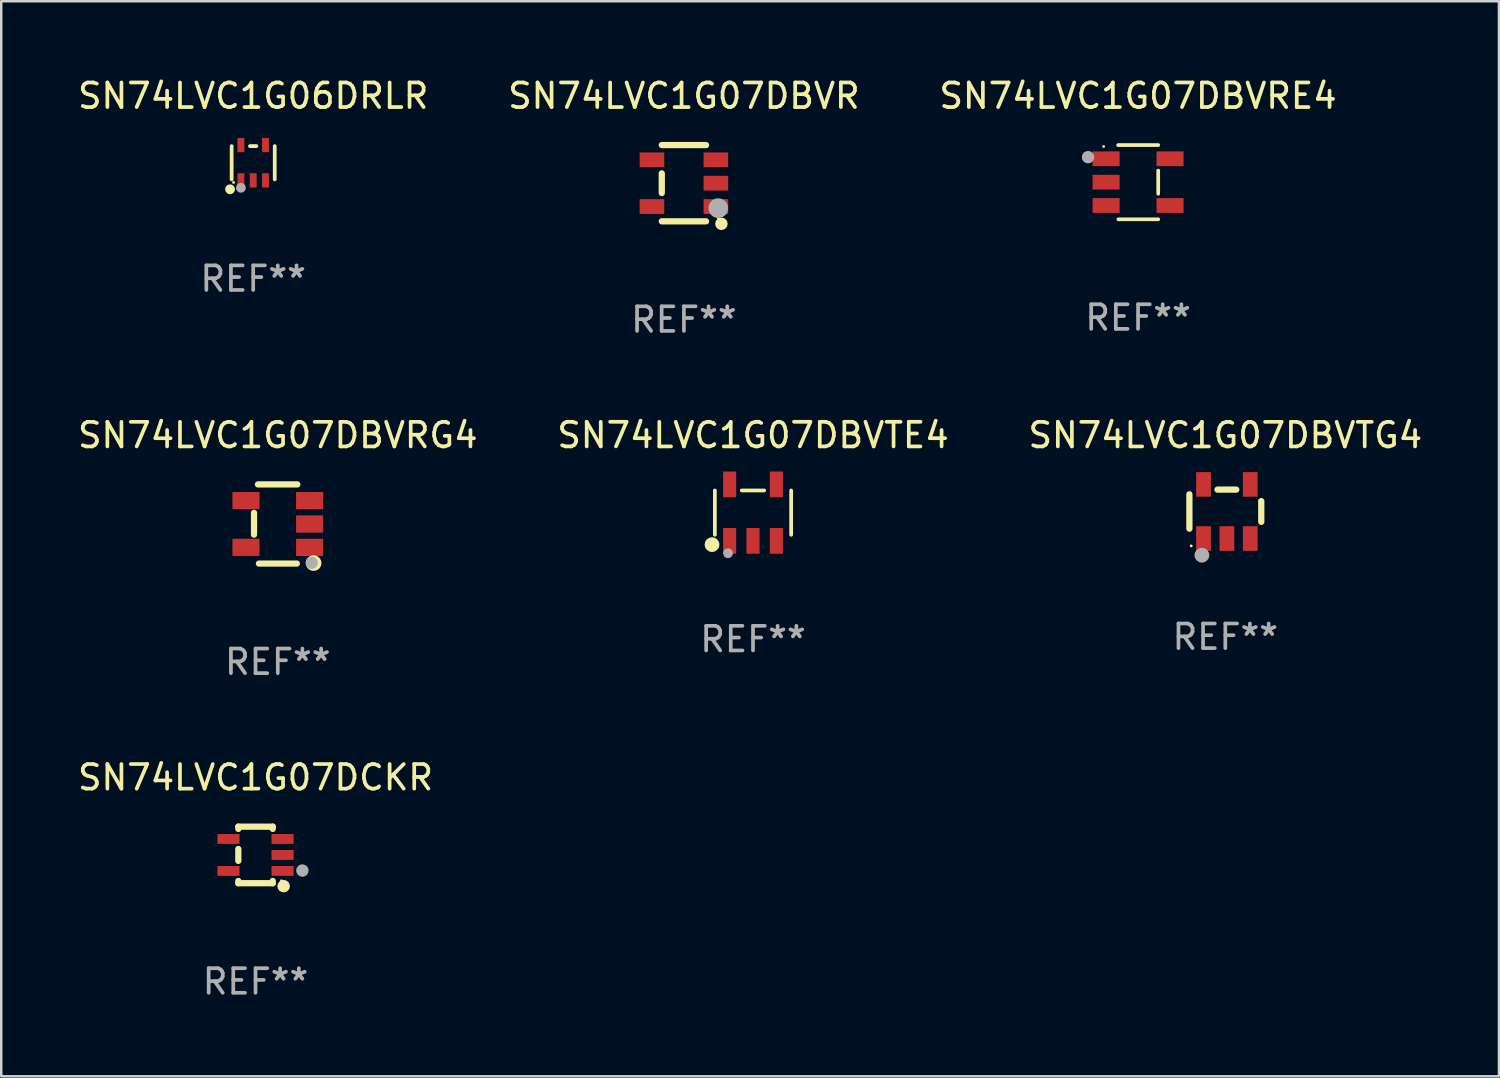
<source format=kicad_pcb>
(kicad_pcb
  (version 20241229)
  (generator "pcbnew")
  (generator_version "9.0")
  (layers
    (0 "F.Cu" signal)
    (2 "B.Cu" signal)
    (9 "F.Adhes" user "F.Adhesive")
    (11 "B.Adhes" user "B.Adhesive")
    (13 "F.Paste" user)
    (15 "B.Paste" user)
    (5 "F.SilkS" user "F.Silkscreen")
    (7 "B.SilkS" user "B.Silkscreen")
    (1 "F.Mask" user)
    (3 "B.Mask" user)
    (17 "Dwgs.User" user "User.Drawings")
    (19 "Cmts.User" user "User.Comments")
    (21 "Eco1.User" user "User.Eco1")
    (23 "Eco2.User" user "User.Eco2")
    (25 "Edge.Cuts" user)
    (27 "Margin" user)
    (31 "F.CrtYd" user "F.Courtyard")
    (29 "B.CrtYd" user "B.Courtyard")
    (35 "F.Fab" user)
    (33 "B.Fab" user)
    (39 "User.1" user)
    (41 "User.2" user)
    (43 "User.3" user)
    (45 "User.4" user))
  (footprint "SN74LVC1G07DBVTE4"
    (layer "F.Cu")
    (at 27.565 17.792)
    (property "Reference" "SN74LVC1G07DBVTE4" (at 0 -3.148 0) (layer "F.SilkS") (effects (font (size 1 1) (thickness 0.15))))
    (attr through_hole)
    (fp_line (start -1.551 0.901) (end -1.551 -0.901) (stroke (width 0.152) (type solid)) (layer "F.SilkS"))
    (fp_line (start 0.455 -0.901) (end -0.455 -0.901) (stroke (width 0.152) (type solid)) (layer "F.SilkS"))
    (fp_line (start 1.551 0.901) (end 1.551 -0.901) (stroke (width 0.152) (type solid)) (layer "F.SilkS"))
    (fp_circle (center -1.668 1.3) (end -1.518 1.3) (stroke (width 0.3) (type solid)) (fill no) (layer "F.SilkS"))
    (fp_circle (center -1.45 1.4) (end -1.42 1.4) (stroke (width 0.06) (type solid)) (fill no) (layer "F.SilkS"))
    (fp_circle (center -1.016 1.651) (end -0.916 1.651) (stroke (width 0.2) (type solid)) (fill no) (layer "F.Fab"))
    (fp_text user "REF**" (at 0 5.148 0) (layer "F.Fab") (effects (font (size 1 1) (thickness 0.15))))
    (pad "1" smd rect (at -0.95 1.148) (size 0.532 1.045) (layers "F.Cu" "F.Mask" "F.Paste"))
    (pad "2" smd rect (at 0 1.148) (size 0.532 1.045) (layers "F.Cu" "F.Mask" "F.Paste"))
    (pad "3" smd rect (at 0.95 1.148) (size 0.532 1.045) (layers "F.Cu" "F.Mask" "F.Paste"))
    (pad "4" smd rect (at 0.95 -1.148) (size 0.532 1.045) (layers "F.Cu" "F.Mask" "F.Paste"))
    (pad "5" smd rect (at -0.95 -1.148) (size 0.532 1.045) (layers "F.Cu" "F.Mask" "F.Paste")))
  (footprint "SN74LVC1G07DBVTG4"
    (layer "F.Cu")
    (at 46.768 17.745)
    (property "Reference" "SN74LVC1G07DBVTG4" (at 0 -3.1 0) (layer "F.SilkS") (effects (font (size 1 1) (thickness 0.15))))
    (attr through_hole)
    (fp_line (start -1.461 -0.699) (end -1.461 0.699) (stroke (width 0.254) (type solid)) (layer "F.SilkS"))
    (fp_line (start -0.318 -0.889) (end 0.445 -0.889) (stroke (width 0.254) (type solid)) (layer "F.SilkS"))
    (fp_line (start 1.461 -0.422) (end 1.461 0.422) (stroke (width 0.254) (type solid)) (layer "F.SilkS"))
    (fp_circle (center -1.387 1.4) (end -1.357 1.4) (stroke (width 0.06) (type solid)) (fill no) (layer "F.SilkS"))
    (fp_circle (center -0.953 1.778) (end -0.802 1.778) (stroke (width 0.3) (type solid)) (fill no) (layer "F.Fab"))
    (fp_text user "REF**" (at 0 5.1 0) (layer "F.Fab") (effects (font (size 1 1) (thickness 0.15))))
    (pad "1" smd rect (at -0.886 1.1) (size 0.6 1) (layers "F.Cu" "F.Mask" "F.Paste"))
    (pad "2" smd rect (at 0.064 1.1) (size 0.6 1) (layers "F.Cu" "F.Mask" "F.Paste"))
    (pad "3" smd rect (at 1.013 1.1) (size 0.6 1) (layers "F.Cu" "F.Mask" "F.Paste"))
    (pad "4" smd rect (at 1.013 -1.1) (size 0.6 1) (layers "F.Cu" "F.Mask" "F.Paste"))
    (pad "5" smd rect (at -0.886 -1.1) (size 0.6 1) (layers "F.Cu" "F.Mask" "F.Paste")))
  (footprint "SN74LVC1G07DCKR"
    (layer "F.Cu")
    (at 7.339 31.709)
    (property "Reference" "SN74LVC1G07DCKR" (at 0 -3.15 0) (layer "F.SilkS") (effects (font (size 1 1) (thickness 0.15))))
    (attr through_hole)
    (fp_line (start -0.7 -1.15) (end 0.7 -1.15) (stroke (width 0.254) (type solid)) (layer "F.SilkS"))
    (fp_line (start -0.7 -1.058) (end -0.7 -1.15) (stroke (width 0.254) (type solid)) (layer "F.SilkS"))
    (fp_line (start -0.7 0.242) (end -0.7 -0.242) (stroke (width 0.254) (type solid)) (layer "F.SilkS"))
    (fp_line (start -0.7 1.15) (end -0.7 1.058) (stroke (width 0.254) (type solid)) (layer "F.SilkS"))
    (fp_line (start -0.7 1.15) (end 0.7 1.15) (stroke (width 0.254) (type solid)) (layer "F.SilkS"))
    (fp_line (start 0.7 -1.058) (end 0.7 -1.15) (stroke (width 0.254) (type solid)) (layer "F.SilkS"))
    (fp_line (start 0.7 1.15) (end 0.7 1.058) (stroke (width 0.254) (type solid)) (layer "F.SilkS"))
    (fp_circle (center 1.053 1.052) (end 1.083 1.052) (stroke (width 0.06) (type solid)) (fill no) (layer "F.SilkS"))
    (fp_circle (center 1.143 1.27) (end 1.27 1.27) (stroke (width 0.254) (type solid)) (fill no) (layer "F.SilkS"))
    (fp_circle (center 1.905 0.635) (end 2.032 0.635) (stroke (width 0.254) (type solid)) (fill no) (layer "F.Fab"))
    (fp_text user "REF**" (at 0 5.15 0) (layer "F.Fab") (effects (font (size 1 1) (thickness 0.15))))
    (pad "1" smd rect (at 1.1 0.65 90) (size 0.4 0.9) (layers "F.Cu" "F.Mask" "F.Paste"))
    (pad "2" smd rect (at 1.1 0.000076 90) (size 0.4 0.9) (layers "F.Cu" "F.Mask" "F.Paste"))
    (pad "3" smd rect (at 1.1 -0.65 90) (size 0.4 0.9) (layers "F.Cu" "F.Mask" "F.Paste"))
    (pad "4" smd rect (at -1.1 -0.65 90) (size 0.4 0.9) (layers "F.Cu" "F.Mask" "F.Paste"))
    (pad "5" smd rect (at -1.1 0.65 90) (size 0.4 0.9) (layers "F.Cu" "F.Mask" "F.Paste")))
  (footprint "SN74LVC1G06DRLR"
    (layer "F.Cu")
    (at 7.244 3.566)
    (property "Reference" "SN74LVC1G06DRLR" (at 0 -2.718 0) (layer "F.SilkS") (effects (font (size 1 1) (thickness 0.15))))
    (attr through_hole)
    (fp_line (start -0.876 0.676) (end -0.876 -0.676) (stroke (width 0.152) (type solid)) (layer "F.SilkS"))
    (fp_line (start 0.131 -0.676) (end -0.131 -0.676) (stroke (width 0.152) (type solid)) (layer "F.SilkS"))
    (fp_line (start 0.876 0.676) (end 0.876 -0.676) (stroke (width 0.152) (type solid)) (layer "F.SilkS"))
    (fp_circle (center -0.94 1.08) (end -0.84 1.08) (stroke (width 0.2) (type solid)) (fill no) (layer "F.SilkS"))
    (fp_circle (center -0.8 0.8) (end -0.77 0.8) (stroke (width 0.06) (type solid)) (fill no) (layer "F.SilkS"))
    (fp_circle (center -0.5 1.02) (end -0.4 1.02) (stroke (width 0.2) (type solid)) (fill no) (layer "F.Fab"))
    (fp_text user "REF**" (at 0 4.718 0) (layer "F.Fab") (effects (font (size 1 1) (thickness 0.15))))
    (pad "1" smd rect (at -0.5 0.718) (size 0.28 0.58) (layers "F.Cu" "F.Mask" "F.Paste"))
    (pad "2" smd rect (at -0.000102 0.718) (size 0.28 0.58) (layers "F.Cu" "F.Mask" "F.Paste"))
    (pad "3" smd rect (at 0.5 0.718) (size 0.28 0.58) (layers "F.Cu" "F.Mask" "F.Paste"))
    (pad "4" smd rect (at 0.5 -0.718) (size 0.28 0.58) (layers "F.Cu" "F.Mask" "F.Paste"))
    (pad "5" smd rect (at -0.5 -0.718) (size 0.28 0.58) (layers "F.Cu" "F.Mask" "F.Paste")))
  (footprint "SN74LVC1G07DBVR"
    (layer "F.Cu")
    (at 24.756 4.398)
    (property "Reference" "SN74LVC1G07DBVR" (at 0 -3.55 0) (layer "F.SilkS") (effects (font (size 1 1) (thickness 0.15))))
    (attr through_hole)
    (fp_line (start -0.9 -1.55) (end 0.9 -1.55) (stroke (width 0.254) (type solid)) (layer "F.SilkS"))
    (fp_line (start -0.9 0.4) (end -0.9 -0.4) (stroke (width 0.254) (type solid)) (layer "F.SilkS"))
    (fp_line (start -0.9 1.55) (end 0.9 1.55) (stroke (width 0.254) (type solid)) (layer "F.SilkS"))
    (fp_circle (center 1.4 1.45) (end 1.43 1.45) (stroke (width 0.06) (type solid)) (fill no) (layer "F.SilkS"))
    (fp_circle (center 1.524 1.651) (end 1.651 1.651) (stroke (width 0.254) (type solid)) (fill no) (layer "F.SilkS"))
    (fp_circle (center 1.397 1.016) (end 1.597 1.016) (stroke (width 0.4) (type solid)) (fill no) (layer "F.Fab"))
    (fp_text user "REF**" (at 0 5.55 0) (layer "F.Fab") (effects (font (size 1 1) (thickness 0.15))))
    (pad "1" smd rect (at 1.3 0.95) (size 1 0.6) (layers "F.Cu" "F.Mask" "F.Paste"))
    (pad "2" smd rect (at 1.3 -0.000051) (size 1 0.6) (layers "F.Cu" "F.Mask" "F.Paste"))
    (pad "3" smd rect (at 1.3 -0.95) (size 1 0.6) (layers "F.Cu" "F.Mask" "F.Paste"))
    (pad "4" smd rect (at -1.3 -0.95) (size 1 0.6) (layers "F.Cu" "F.Mask" "F.Paste"))
    (pad "5" smd rect (at -1.3 0.95) (size 1 0.6) (layers "F.Cu" "F.Mask" "F.Paste")))
  (footprint "SN74LVC1G07DBVRG4"
    (layer "F.Cu")
    (at 8.244 18.254)
    (property "Reference" "SN74LVC1G07DBVRG4" (at 0 -3.609 0) (layer "F.SilkS") (effects (font (size 1 1) (thickness 0.15))))
    (attr through_hole)
    (fp_line (start -0.966 0.433) (end -0.966 -0.451) (stroke (width 0.254) (type solid)) (layer "F.SilkS"))
    (fp_line (start -0.806 -1.609) (end 0.794 -1.609) (stroke (width 0.254) (type solid)) (layer "F.SilkS"))
    (fp_line (start -0.766 1.609) (end 0.774 1.609) (stroke (width 0.254) (type solid)) (layer "F.SilkS"))
    (fp_circle (center 1.4 1.45) (end 1.43 1.45) (stroke (width 0.06) (type solid)) (fill no) (layer "F.SilkS"))
    (fp_circle (center 1.456 1.589) (end 1.52 1.589) (stroke (width 0.254) (type solid)) (fill no) (layer "F.SilkS"))
    (fp_circle (center 1.38 1.58) (end 1.505 1.58) (stroke (width 0.25) (type solid)) (fill no) (layer "F.Fab"))
    (fp_text user "REF**" (at 0 5.609 0) (layer "F.Fab") (effects (font (size 1 1) (thickness 0.15))))
    (pad "1" smd rect (at 1.294 0.951) (size 1.1 0.7) (layers "F.Cu" "F.Mask" "F.Paste"))
    (pad "2" smd rect (at 1.294 0.001) (size 1.1 0.7) (layers "F.Cu" "F.Mask" "F.Paste"))
    (pad "3" smd rect (at 1.294 -0.951) (size 1.1 0.7) (layers "F.Cu" "F.Mask" "F.Paste"))
    (pad "4" smd rect (at -1.294 -0.951 180) (size 1.1 0.7) (layers "F.Cu" "F.Mask" "F.Paste"))
    (pad "5" smd rect (at -1.294 0.949 180) (size 1.1 0.7) (layers "F.Cu" "F.Mask" "F.Paste")))
  (footprint "SN74LVC1G07DBVRE4"
    (layer "F.Cu")
    (at 43.22 4.357)
    (property "Reference" "SN74LVC1G07DBVRE4" (at 0 -3.509 0) (layer "F.SilkS") (effects (font (size 1 1) (thickness 0.15))))
    (attr through_hole)
    (fp_line (start -0.811 -1.509) (end 0.819 -1.509) (stroke (width 0.15) (type solid)) (layer "F.SilkS"))
    (fp_line (start -0.8 1.509) (end 0.82 1.509) (stroke (width 0.15) (type solid)) (layer "F.SilkS"))
    (fp_line (start 0.819 -0.472) (end 0.819 0.47) (stroke (width 0.15) (type solid)) (layer "F.SilkS"))
    (fp_circle (center -1.4 -1.451) (end -1.37 -1.451) (stroke (width 0.06) (type solid)) (fill no) (layer "F.SilkS"))
    (fp_circle (center -2.032 -1.017) (end -1.905 -1.017) (stroke (width 0.254) (type solid)) (fill no) (layer "F.Fab"))
    (fp_text user "REF**" (at 0 5.509 0) (layer "F.Fab") (effects (font (size 1 1) (thickness 0.15))))
    (pad "1" smd rect (at -1.3 -0.951) (size 1.1 0.6) (layers "F.Cu" "F.Mask" "F.Paste"))
    (pad "2" smd rect (at -1.3 -0.001) (size 1.1 0.6) (layers "F.Cu" "F.Mask" "F.Paste"))
    (pad "3" smd rect (at -1.3 0.949) (size 1.1 0.6) (layers "F.Cu" "F.Mask" "F.Paste"))
    (pad "4" smd rect (at 1.3 0.949) (size 1.1 0.6) (layers "F.Cu" "F.Mask" "F.Paste"))
    (pad "5" smd rect (at 1.3 -0.951) (size 1.1 0.6) (layers "F.Cu" "F.Mask" "F.Paste")))
  (gr_rect
    (start -3 -3)
    (end 57.893 40.708)
    (stroke (width 0.1) (type default))
    (fill no)
    (layer "Edge.Cuts")))
</source>
